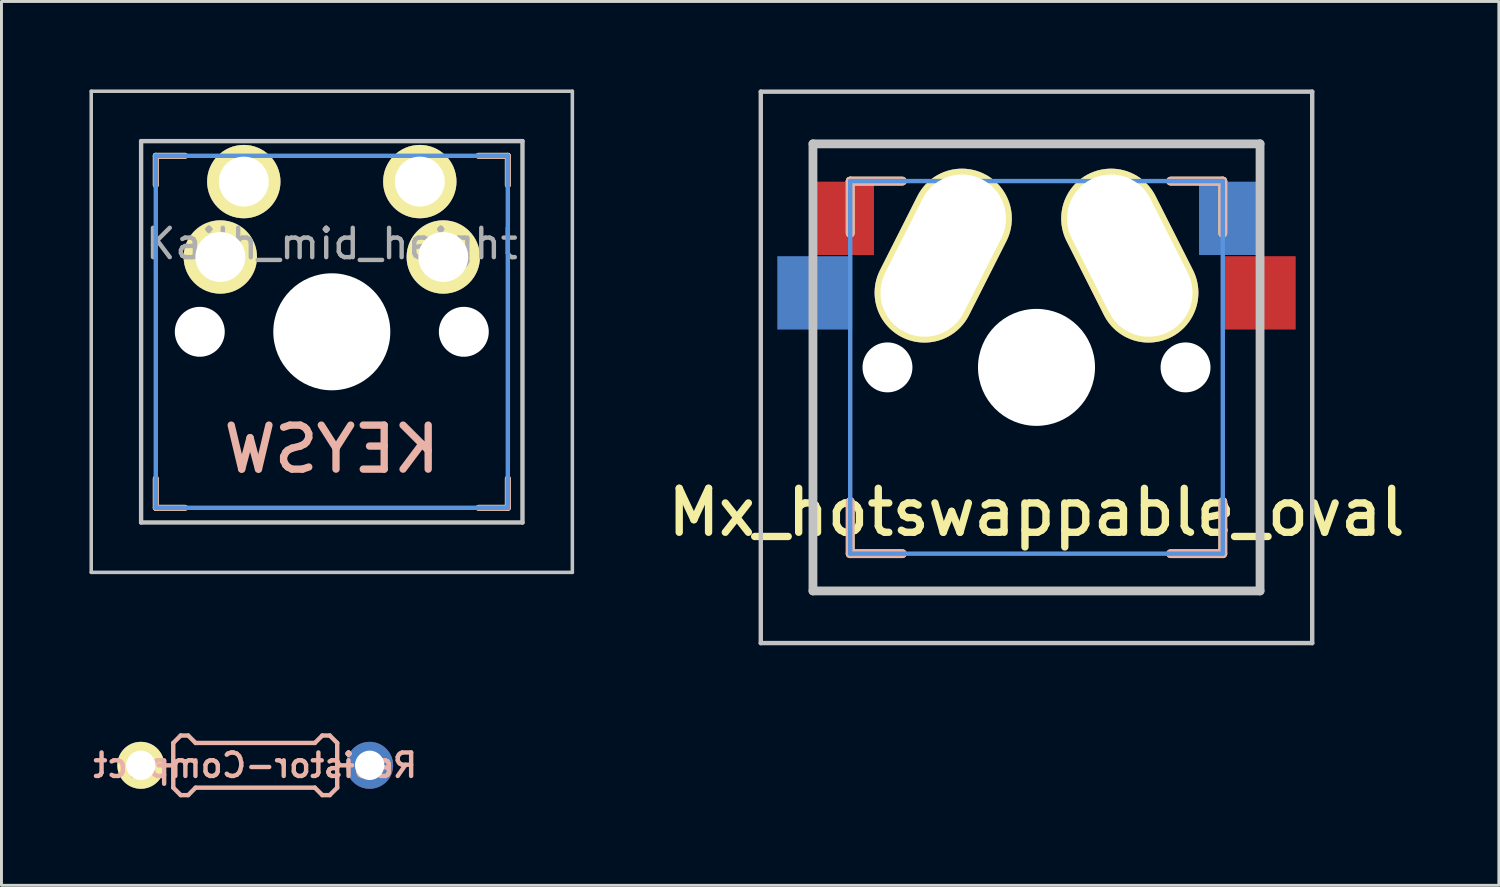
<source format=kicad_pcb>
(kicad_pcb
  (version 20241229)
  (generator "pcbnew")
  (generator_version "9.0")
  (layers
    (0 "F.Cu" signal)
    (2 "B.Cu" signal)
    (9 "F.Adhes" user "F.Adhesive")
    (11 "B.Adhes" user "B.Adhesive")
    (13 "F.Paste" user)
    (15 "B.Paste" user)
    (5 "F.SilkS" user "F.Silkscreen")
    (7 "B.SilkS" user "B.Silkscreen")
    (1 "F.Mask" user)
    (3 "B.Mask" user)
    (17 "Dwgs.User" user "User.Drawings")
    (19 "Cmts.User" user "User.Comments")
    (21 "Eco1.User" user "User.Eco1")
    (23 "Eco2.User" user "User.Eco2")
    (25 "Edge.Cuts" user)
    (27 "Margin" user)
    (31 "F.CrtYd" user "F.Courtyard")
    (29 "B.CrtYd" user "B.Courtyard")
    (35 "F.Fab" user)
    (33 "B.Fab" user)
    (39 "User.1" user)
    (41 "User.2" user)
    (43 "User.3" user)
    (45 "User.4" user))
  (footprint "Resistor-Compact"
    (layer "F.Cu")
    (at 5.65 23.037)
    (property "Reference" "Resistor-Compact" (at 0 0 0) (layer "B.SilkS") (effects (font (size 0.8 0.8) (thickness 0.15)) (justify mirror)))
    (attr smd)
    (fp_line (start -3.302 0) (end -2.794 0) (stroke (width 0.15) (type solid)) (layer "B.SilkS"))
    (fp_line (start -2.794 -0.762) (end -2.54 -1.016) (stroke (width 0.15) (type solid)) (layer "B.SilkS"))
    (fp_line (start -2.794 0) (end -2.794 -0.762) (stroke (width 0.15) (type solid)) (layer "B.SilkS"))
    (fp_line (start -2.794 0.762) (end -2.794 0) (stroke (width 0.15) (type solid)) (layer "B.SilkS"))
    (fp_line (start -2.54 -1.016) (end -2.286 -1.016) (stroke (width 0.15) (type solid)) (layer "B.SilkS"))
    (fp_line (start -2.54 1.016) (end -2.794 0.762) (stroke (width 0.15) (type solid)) (layer "B.SilkS"))
    (fp_line (start -2.286 -1.016) (end -2.032 -0.762) (stroke (width 0.15) (type solid)) (layer "B.SilkS"))
    (fp_line (start -2.286 1.016) (end -2.54 1.016) (stroke (width 0.15) (type solid)) (layer "B.SilkS"))
    (fp_line (start -2.032 -0.762) (end 2.032 -0.762) (stroke (width 0.15) (type solid)) (layer "B.SilkS"))
    (fp_line (start -2.032 0.762) (end -2.286 1.016) (stroke (width 0.15) (type solid)) (layer "B.SilkS"))
    (fp_line (start 2.032 -0.762) (end 2.286 -1.016) (stroke (width 0.15) (type solid)) (layer "B.SilkS"))
    (fp_line (start 2.032 0.762) (end -2.032 0.762) (stroke (width 0.15) (type solid)) (layer "B.SilkS"))
    (fp_line (start 2.286 -1.016) (end 2.54 -1.016) (stroke (width 0.15) (type solid)) (layer "B.SilkS"))
    (fp_line (start 2.286 1.016) (end 2.032 0.762) (stroke (width 0.15) (type solid)) (layer "B.SilkS"))
    (fp_line (start 2.54 -1.016) (end 2.794 -0.762) (stroke (width 0.15) (type solid)) (layer "B.SilkS"))
    (fp_line (start 2.54 1.016) (end 2.286 1.016) (stroke (width 0.15) (type solid)) (layer "B.SilkS"))
    (fp_line (start 2.794 -0.762) (end 2.794 0.762) (stroke (width 0.15) (type solid)) (layer "B.SilkS"))
    (fp_line (start 2.794 0) (end 3.302 0) (stroke (width 0.15) (type solid)) (layer "B.SilkS"))
    (fp_line (start 2.794 0.762) (end 2.54 1.016) (stroke (width 0.15) (type solid)) (layer "B.SilkS"))
    (pad "1" thru_hole circle (at 3.9 0) (size 1.6 1.6) (drill 1) (layers "*.Cu" "*.Mask"))
    (pad "2" thru_hole circle (at -3.9 0) (size 1.6 1.6) (drill 1) (layers "*.Cu" "*.Mask" "F.SilkS")))
  (footprint "Kailh_mid_height"
    (layer "F.Cu")
    (at 8.26 8.26)
    (property "Reference" "Kailh_mid_height" (at 0 -3 0) (layer "F.Fab") (effects (font (size 1 1) (thickness 0.15))))
    (attr through_hole)
    (fp_line (start -6 -6) (end -5 -6) (stroke (width 0.2) (type solid)) (layer "F.SilkS"))
    (fp_line (start -6 -5) (end -6 -6) (stroke (width 0.2) (type solid)) (layer "F.SilkS"))
    (fp_line (start -6 6) (end -6 5) (stroke (width 0.2) (type solid)) (layer "F.SilkS"))
    (fp_line (start -5 6) (end -6 6) (stroke (width 0.2) (type solid)) (layer "F.SilkS"))
    (fp_line (start 5 -6) (end 6 -6) (stroke (width 0.2) (type solid)) (layer "F.SilkS"))
    (fp_line (start 6 -6) (end 6 -5) (stroke (width 0.2) (type solid)) (layer "F.SilkS"))
    (fp_line (start 6 5) (end 6 6) (stroke (width 0.2) (type solid)) (layer "F.SilkS"))
    (fp_line (start 6 6) (end 5 6) (stroke (width 0.2) (type solid)) (layer "F.SilkS"))
    (fp_line (start -6 -6) (end -5 -6) (stroke (width 0.2) (type solid)) (layer "B.SilkS"))
    (fp_line (start -6 -5) (end -6 -6) (stroke (width 0.2) (type solid)) (layer "B.SilkS"))
    (fp_line (start -6 6) (end -6 5) (stroke (width 0.2) (type solid)) (layer "B.SilkS"))
    (fp_line (start -5 6) (end -6 6) (stroke (width 0.2) (type solid)) (layer "B.SilkS"))
    (fp_line (start 5 -6) (end 6 -6) (stroke (width 0.2) (type solid)) (layer "B.SilkS"))
    (fp_line (start 6 -6) (end 6 -5) (stroke (width 0.2) (type solid)) (layer "B.SilkS"))
    (fp_line (start 6 5) (end 6 6) (stroke (width 0.2) (type solid)) (layer "B.SilkS"))
    (fp_line (start 6 6) (end 5 6) (stroke (width 0.2) (type solid)) (layer "B.SilkS"))
    (fp_line (start -8.2 -8.2) (end -8.2 8.2) (stroke (width 0.12) (type solid)) (layer "Dwgs.User"))
    (fp_line (start -8.2 -8.2) (end 8.2 -8.2) (stroke (width 0.12) (type solid)) (layer "Dwgs.User"))
    (fp_line (start -8.2 8.2) (end 8.2 8.2) (stroke (width 0.12) (type solid)) (layer "Dwgs.User"))
    (fp_line (start -6.5 -6.5) (end 6.5 -6.5) (stroke (width 0.15) (type solid)) (layer "Dwgs.User"))
    (fp_line (start -6.5 6.5) (end -6.5 -6.5) (stroke (width 0.15) (type solid)) (layer "Dwgs.User"))
    (fp_line (start 6.5 -6.5) (end 6.5 6.5) (stroke (width 0.15) (type solid)) (layer "Dwgs.User"))
    (fp_line (start 6.5 6.5) (end -6.5 6.5) (stroke (width 0.15) (type solid)) (layer "Dwgs.User"))
    (fp_line (start 8.2 -8.2) (end 8.2 8.2) (stroke (width 0.12) (type solid)) (layer "Dwgs.User"))
    (fp_line (start -6 6) (end -6 -6) (stroke (width 0.15) (type solid)) (layer "Cmts.User"))
    (fp_line (start -6 6) (end 6 6) (stroke (width 0.15) (type solid)) (layer "Cmts.User"))
    (fp_line (start 6 -6) (end -6 -6) (stroke (width 0.15) (type solid)) (layer "Cmts.User"))
    (fp_line (start 6 -6) (end 6 6) (stroke (width 0.15) (type solid)) (layer "Cmts.User"))
    (fp_line (start -6.2 -6.2) (end 6.2 -6.2) (stroke (width 0.1) (type solid)) (layer "Eco1.User"))
    (fp_line (start -6.2 6.2) (end -6.2 -6.2) (stroke (width 0.12) (type solid)) (layer "Eco1.User"))
    (fp_line (start 6.2 -6.2) (end 6.2 6.2) (stroke (width 0.1) (type solid)) (layer "Eco1.User"))
    (fp_line (start 6.2 6.2) (end -6.2 6.2) (stroke (width 0.12) (type solid)) (layer "Eco1.User"))
    (fp_text user "KEYSW" (at 0 4 0) (layer "B.SilkS") (effects (font (size 1.5 1.5) (thickness 0.25)) (justify mirror)))
    (pad "" np_thru_hole circle (at -4.5 0) (size 1.702 1.702) (drill 1.702) (layers "*.Cu" "*.Mask"))
    (pad "" np_thru_hole circle (at 0 0) (size 3.988 3.988) (drill 3.988) (layers "*.Cu" "*.Mask"))
    (pad "" np_thru_hole circle (at 4.5 0) (size 1.702 1.702) (drill 1.702) (layers "*.Cu" "*.Mask"))
    (pad "1" thru_hole circle (at -3.8 -2.55) (size 2.5 2.5) (drill 1.7) (layers "*.Cu" "*.Mask" "F.SilkS"))
    (pad "1" thru_hole circle (at -3 -5.12) (size 2.5 2.5) (drill 1.7) (layers "*.Cu" "*.Mask" "F.SilkS"))
    (pad "2" thru_hole circle (at 3 -5.12) (size 2.5 2.5) (drill 1.7) (layers "*.Cu" "*.Mask" "F.SilkS"))
    (pad "2" thru_hole circle (at 3.8 -2.55) (size 2.5 2.5) (drill 1.7) (layers "*.Cu" "*.Mask" "F.SilkS")))
  (footprint "Mx_hotswappable_oval"
    (layer "F.Cu")
    (at 32.281 9.473)
    (property "Reference" "Mx_hotswappable_oval" (at 0 4.94 0) (layer "F.SilkS") (effects (font (size 1.5 1.5) (thickness 0.25))))
    (attr through_hole)
    (fp_line (start -6.35 -6.35) (end -4.572 -6.35) (stroke (width 0.3) (type solid)) (layer "F.SilkS"))
    (fp_line (start -6.35 -4.572) (end -6.35 -6.35) (stroke (width 0.3) (type solid)) (layer "F.SilkS"))
    (fp_line (start -6.35 6.35) (end -6.35 4.572) (stroke (width 0.3) (type solid)) (layer "F.SilkS"))
    (fp_line (start -4.572 6.35) (end -6.35 6.35) (stroke (width 0.3) (type solid)) (layer "F.SilkS"))
    (fp_line (start 4.572 -6.35) (end 6.35 -6.35) (stroke (width 0.3) (type solid)) (layer "F.SilkS"))
    (fp_line (start 6.35 -6.35) (end 6.35 -4.572) (stroke (width 0.3) (type solid)) (layer "F.SilkS"))
    (fp_line (start 6.35 4.572) (end 6.35 6.35) (stroke (width 0.3) (type solid)) (layer "F.SilkS"))
    (fp_line (start 6.35 6.35) (end 4.572 6.35) (stroke (width 0.3) (type solid)) (layer "F.SilkS"))
    (fp_line (start -6.35 -6.35) (end -4.572 -6.35) (stroke (width 0.3) (type solid)) (layer "B.SilkS"))
    (fp_line (start -6.35 -4.572) (end -6.35 -6.35) (stroke (width 0.3) (type solid)) (layer "B.SilkS"))
    (fp_line (start -6.35 6.35) (end -6.35 4.572) (stroke (width 0.3) (type solid)) (layer "B.SilkS"))
    (fp_line (start -4.572 6.35) (end -6.35 6.35) (stroke (width 0.3) (type solid)) (layer "B.SilkS"))
    (fp_line (start 4.572 -6.35) (end 6.35 -6.35) (stroke (width 0.3) (type solid)) (layer "B.SilkS"))
    (fp_line (start 6.35 -6.35) (end 6.35 -4.572) (stroke (width 0.3) (type solid)) (layer "B.SilkS"))
    (fp_line (start 6.35 4.572) (end 6.35 6.35) (stroke (width 0.3) (type solid)) (layer "B.SilkS"))
    (fp_line (start 6.35 6.35) (end 4.572 6.35) (stroke (width 0.3) (type solid)) (layer "B.SilkS"))
    (fp_line (start -9.398 -9.398) (end -9.398 9.398) (stroke (width 0.15) (type solid)) (layer "Dwgs.User"))
    (fp_line (start -9.398 -9.398) (end 9.398 -9.398) (stroke (width 0.15) (type solid)) (layer "Dwgs.User"))
    (fp_line (start -9.398 9.398) (end 9.398 9.398) (stroke (width 0.15) (type solid)) (layer "Dwgs.User"))
    (fp_line (start -7.62 -7.62) (end -7.62 7.62) (stroke (width 0.3) (type solid)) (layer "Dwgs.User"))
    (fp_line (start -7.62 -7.62) (end 7.62 -7.62) (stroke (width 0.3) (type solid)) (layer "Dwgs.User"))
    (fp_line (start -7.62 7.62) (end 7.62 7.62) (stroke (width 0.3) (type solid)) (layer "Dwgs.User"))
    (fp_line (start 7.62 -7.62) (end 7.62 7.62) (stroke (width 0.3) (type solid)) (layer "Dwgs.User"))
    (fp_line (start 9.398 -9.398) (end 9.398 9.398) (stroke (width 0.15) (type solid)) (layer "Dwgs.User"))
    (fp_line (start -6.35 6.35) (end -6.35 -6.35) (stroke (width 0.15) (type solid)) (layer "Cmts.User"))
    (fp_line (start -6.35 6.35) (end 6.35 6.35) (stroke (width 0.15) (type solid)) (layer "Cmts.User"))
    (fp_line (start 6.35 -6.35) (end -6.35 -6.35) (stroke (width 0.15) (type solid)) (layer "Cmts.User"))
    (fp_line (start 6.35 -6.35) (end 6.35 6.35) (stroke (width 0.15) (type solid)) (layer "Cmts.User"))
    (fp_line (start -6.985 -6.985) (end 6.985 -6.985) (stroke (width 0.15) (type solid)) (layer "Eco2.User"))
    (fp_line (start -6.985 6.985) (end -6.985 -6.985) (stroke (width 0.15) (type solid)) (layer "Eco2.User"))
    (fp_line (start 6.985 -6.985) (end 6.985 6.985) (stroke (width 0.15) (type solid)) (layer "Eco2.User"))
    (fp_line (start 6.985 6.985) (end -6.985 6.985) (stroke (width 0.15) (type solid)) (layer "Eco2.User"))
    (pad "" np_thru_hole circle (at -5.08 0) (size 1.702 1.702) (drill 1.702) (layers "*.Cu" "*.Mask"))
    (pad "" np_thru_hole circle (at 0 0) (size 3.988 3.988) (drill 3.988) (layers "*.Cu" "*.Mask"))
    (pad "" np_thru_hole circle (at 5.08 0) (size 1.702 1.702) (drill 1.702) (layers "*.Cu" "*.Mask"))
    (pad "1" smd rect (at -6.64 -5.08) (size 2.2 2.5) (layers "F.Cu" "F.Mask" "F.Paste"))
    (pad "1" thru_hole oval (at -3.18 -3.81 333.2) (size 3.4 6.232) (drill oval 3 5.832) (layers "*.Cu" "*.Mask" "F.SilkS"))
    (pad "1" smd rect (at 6.64 -5.08) (size 2.2 2.5) (layers "B.Cu" "B.Mask" "B.Paste"))
    (pad "2" smd rect (at -7.56 -2.54) (size 2.55 2.5) (layers "B.Cu" "B.Mask" "B.Paste"))
    (pad "2" thru_hole oval (at 3.18 -3.81 26.8) (size 3.4 6.232) (drill oval 3 5.832) (layers "*.Cu" "*.Mask" "F.SilkS"))
    (pad "2" smd rect (at 7.56 -2.54) (size 2.55 2.5) (layers "F.Cu" "F.Mask" "F.Paste")))
  (gr_rect
    (start -3 -3)
    (end 48.041 27.128)
    (stroke (width 0.1) (type default))
    (fill no)
    (layer "Edge.Cuts")))
</source>
